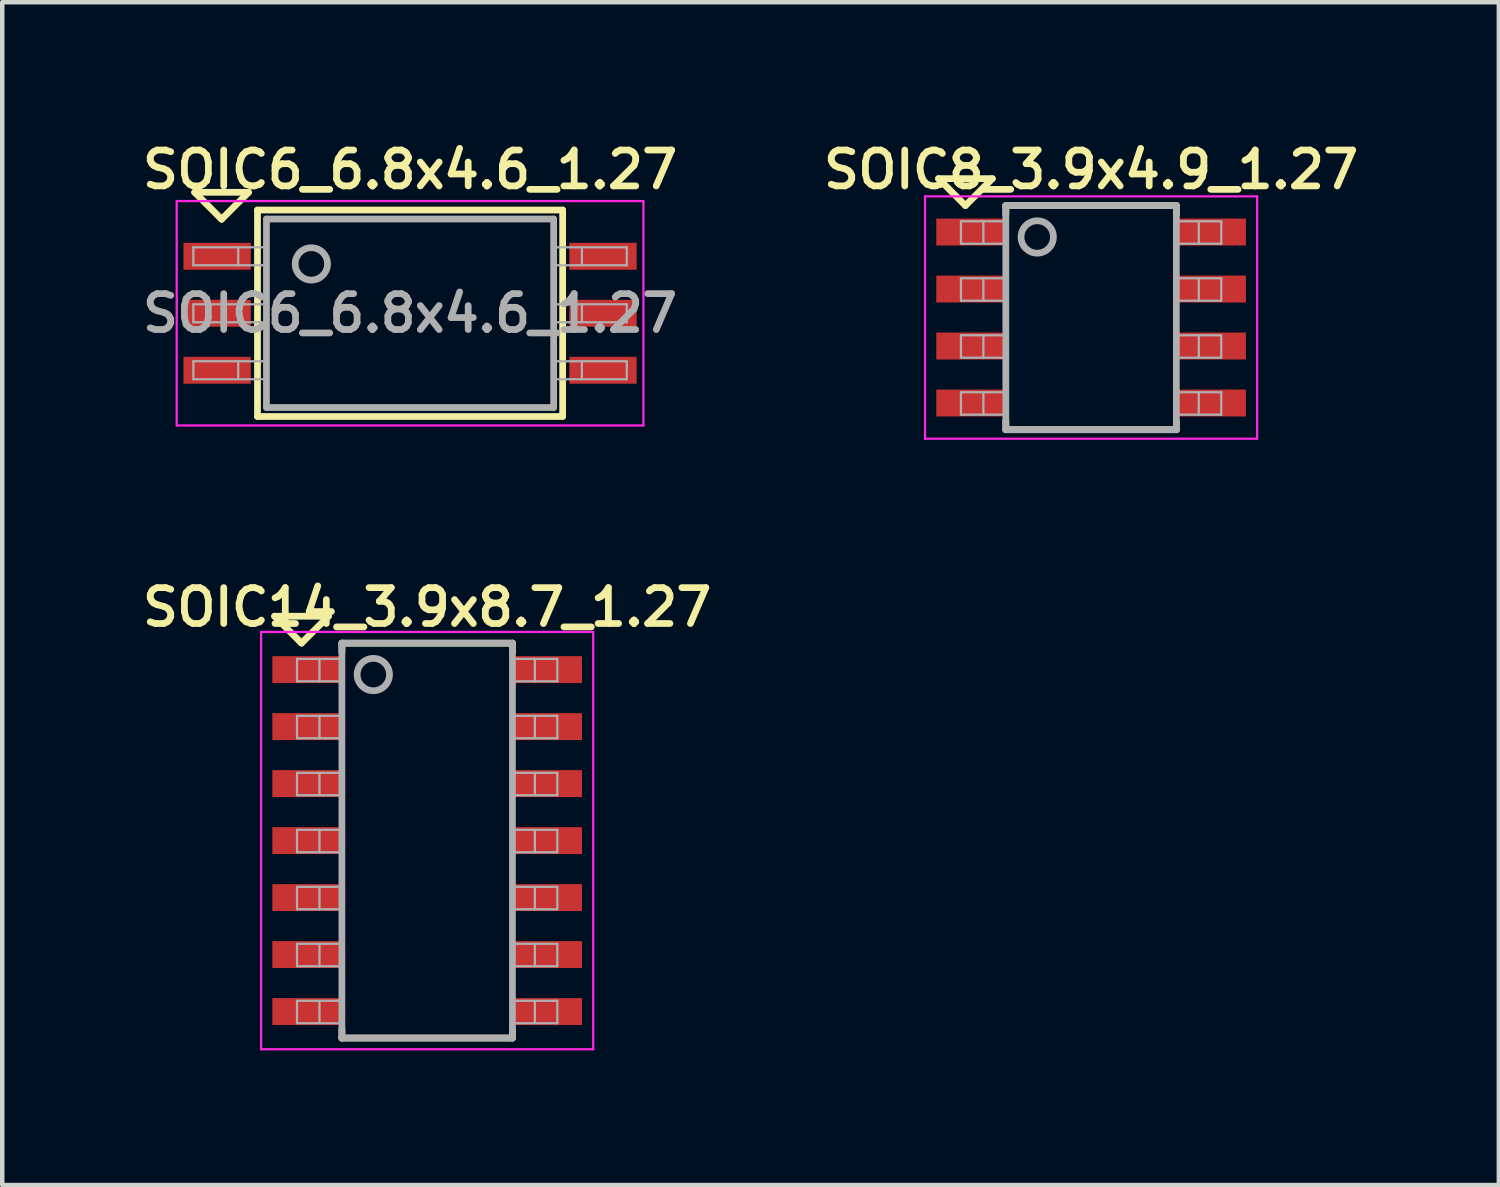
<source format=kicad_pcb>
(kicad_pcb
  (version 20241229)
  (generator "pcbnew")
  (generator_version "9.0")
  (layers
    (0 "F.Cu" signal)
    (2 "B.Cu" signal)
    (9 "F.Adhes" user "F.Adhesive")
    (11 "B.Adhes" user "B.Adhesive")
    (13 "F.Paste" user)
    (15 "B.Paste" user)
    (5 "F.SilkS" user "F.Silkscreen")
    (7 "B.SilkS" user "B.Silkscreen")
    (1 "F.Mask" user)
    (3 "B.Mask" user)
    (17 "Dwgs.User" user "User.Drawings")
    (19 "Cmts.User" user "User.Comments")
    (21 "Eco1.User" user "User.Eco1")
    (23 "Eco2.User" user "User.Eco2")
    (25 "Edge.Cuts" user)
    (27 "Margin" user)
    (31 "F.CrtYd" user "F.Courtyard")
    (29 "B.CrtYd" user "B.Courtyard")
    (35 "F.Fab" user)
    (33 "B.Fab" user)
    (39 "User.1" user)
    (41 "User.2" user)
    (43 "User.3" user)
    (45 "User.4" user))
  (footprint "SOIC6_6.8x4.6_1.27"
    (layer "F.Cu")
    (at 6.088 3.931)
    (property "Reference" "SOIC6_6.8x4.6_1.27" (at 0 -3.2 0) (layer "F.SilkS") (effects (font (size 0.8 0.8) (thickness 0.15))))
    (attr smd)
    (fp_line (start -4.8 -2.695) (end -3.6 -2.695) (stroke (width 0.15) (type solid)) (layer "F.SilkS"))
    (fp_line (start -4.2 -2.095) (end -4.8 -2.695) (stroke (width 0.15) (type solid)) (layer "F.SilkS"))
    (fp_line (start -4.2 -2.095) (end -3.6 -2.695) (stroke (width 0.15) (type solid)) (layer "F.SilkS"))
    (fp_line (start -3.4 -2.3) (end 3.4 -2.3) (stroke (width 0.15) (type solid)) (layer "F.SilkS"))
    (fp_line (start -3.4 2.3) (end -3.4 -2.3) (stroke (width 0.15) (type solid)) (layer "F.SilkS"))
    (fp_line (start -3.4 2.3) (end 3.4 2.3) (stroke (width 0.15) (type solid)) (layer "F.SilkS"))
    (fp_line (start 3.4 2.3) (end 3.4 -2.3) (stroke (width 0.15) (type solid)) (layer "F.SilkS"))
    (fp_line (start -5.2 -2.5) (end -5.2 2.5) (stroke (width 0.05) (type solid)) (layer "F.CrtYd"))
    (fp_line (start -5.2 -2.5) (end 5.2 -2.5) (stroke (width 0.05) (type solid)) (layer "F.CrtYd"))
    (fp_line (start -5.2 2.5) (end 5.2 2.5) (stroke (width 0.05) (type solid)) (layer "F.CrtYd"))
    (fp_line (start 5.2 -2.5) (end 5.2 2.5) (stroke (width 0.05) (type solid)) (layer "F.CrtYd"))
    (fp_line (start -4.829 -1.47) (end -4.829 -1.07) (stroke (width 0.05) (type solid)) (layer "F.Fab"))
    (fp_line (start -4.829 -1.07) (end -3.2 -1.07) (stroke (width 0.05) (type solid)) (layer "F.Fab"))
    (fp_line (start -4.829 -0.2) (end -4.829 0.2) (stroke (width 0.05) (type solid)) (layer "F.Fab"))
    (fp_line (start -4.829 0.2) (end -3.2 0.2) (stroke (width 0.05) (type solid)) (layer "F.Fab"))
    (fp_line (start -4.829 1.07) (end -4.829 1.47) (stroke (width 0.05) (type solid)) (layer "F.Fab"))
    (fp_line (start -4.829 1.47) (end -3.2 1.47) (stroke (width 0.05) (type solid)) (layer "F.Fab"))
    (fp_line (start -3.829 -1.07) (end -3.829 -1.47) (stroke (width 0.05) (type solid)) (layer "F.Fab"))
    (fp_line (start -3.829 0.2) (end -3.829 -0.2) (stroke (width 0.05) (type solid)) (layer "F.Fab"))
    (fp_line (start -3.829 1.47) (end -3.829 1.07) (stroke (width 0.05) (type solid)) (layer "F.Fab"))
    (fp_line (start -3.2 -2.1) (end 3.2 -2.1) (stroke (width 0.15) (type solid)) (layer "F.Fab"))
    (fp_line (start -3.2 -1.47) (end -4.829 -1.47) (stroke (width 0.05) (type solid)) (layer "F.Fab"))
    (fp_line (start -3.2 -0.2) (end -4.829 -0.2) (stroke (width 0.05) (type solid)) (layer "F.Fab"))
    (fp_line (start -3.2 1.07) (end -4.829 1.07) (stroke (width 0.05) (type solid)) (layer "F.Fab"))
    (fp_line (start -3.2 2.1) (end -3.2 -2.1) (stroke (width 0.15) (type solid)) (layer "F.Fab"))
    (fp_line (start 3.2 -2.1) (end 3.2 2.1) (stroke (width 0.15) (type solid)) (layer "F.Fab"))
    (fp_line (start 3.2 -1.47) (end 4.829 -1.47) (stroke (width 0.05) (type solid)) (layer "F.Fab"))
    (fp_line (start 3.2 -0.2) (end 4.829 -0.2) (stroke (width 0.05) (type solid)) (layer "F.Fab"))
    (fp_line (start 3.2 1.07) (end 4.829 1.07) (stroke (width 0.05) (type solid)) (layer "F.Fab"))
    (fp_line (start 3.2 2.1) (end -3.2 2.1) (stroke (width 0.15) (type solid)) (layer "F.Fab"))
    (fp_line (start 3.829 -1.07) (end 3.829 -1.47) (stroke (width 0.05) (type solid)) (layer "F.Fab"))
    (fp_line (start 3.829 0.2) (end 3.829 -0.2) (stroke (width 0.05) (type solid)) (layer "F.Fab"))
    (fp_line (start 3.829 1.47) (end 3.829 1.07) (stroke (width 0.05) (type solid)) (layer "F.Fab"))
    (fp_line (start 4.829 -1.47) (end 4.829 -1.07) (stroke (width 0.05) (type solid)) (layer "F.Fab"))
    (fp_line (start 4.829 -1.07) (end 3.2 -1.07) (stroke (width 0.05) (type solid)) (layer "F.Fab"))
    (fp_line (start 4.829 -0.2) (end 4.829 0.2) (stroke (width 0.05) (type solid)) (layer "F.Fab"))
    (fp_line (start 4.829 0.2) (end 3.2 0.2) (stroke (width 0.05) (type solid)) (layer "F.Fab"))
    (fp_line (start 4.829 1.07) (end 4.829 1.47) (stroke (width 0.05) (type solid)) (layer "F.Fab"))
    (fp_line (start 4.829 1.47) (end 3.2 1.47) (stroke (width 0.05) (type solid)) (layer "F.Fab"))
    (fp_circle (center -2.2 -1.1) (end -1.9 -0.9) (stroke (width 0.15) (type solid)) (fill no) (layer "F.Fab"))
    (fp_text user "${REFERENCE}" (at 0 0 0) (layer "F.Fab") (effects (font (size 0.8 0.8) (thickness 0.15))))
    (pad "1" smd rect (at -4.3 -1.27) (size 1.5 0.6) (layers "F.Cu" "F.Mask" "F.Paste"))
    (pad "2" smd rect (at -4.3 0) (size 1.5 0.6) (layers "F.Cu" "F.Mask" "F.Paste"))
    (pad "3" smd rect (at -4.3 1.27) (size 1.5 0.6) (layers "F.Cu" "F.Mask" "F.Paste"))
    (pad "4" smd rect (at 4.3 1.27) (size 1.5 0.6) (layers "F.Cu" "F.Mask" "F.Paste"))
    (pad "5" smd rect (at 4.3 0) (size 1.5 0.6) (layers "F.Cu" "F.Mask" "F.Paste"))
    (pad "6" smd rect (at 4.3 -1.27) (size 1.5 0.6) (layers "F.Cu" "F.Mask" "F.Paste")))
  (footprint "SOIC8_3.9x4.9_1.27"
    (layer "F.Cu")
    (at 21.264 4.026)
    (property "Reference" "SOIC8_3.9x4.9_1.27" (at 0 -3.295 0) (layer "F.SilkS") (effects (font (size 0.8 0.8) (thickness 0.15))))
    (attr smd)
    (fp_line (start -3.4 -3.095) (end -2.2 -3.095) (stroke (width 0.15) (type solid)) (layer "F.SilkS"))
    (fp_line (start -2.8 -2.495) (end -3.4 -3.095) (stroke (width 0.15) (type solid)) (layer "F.SilkS"))
    (fp_line (start -2.8 -2.495) (end -2.2 -3.095) (stroke (width 0.15) (type solid)) (layer "F.SilkS"))
    (fp_line (start -1.9 -2.495) (end 1.9 -2.495) (stroke (width 0.15) (type solid)) (layer "F.SilkS"))
    (fp_line (start -1.9 -2.295) (end -1.9 -2.495) (stroke (width 0.15) (type solid)) (layer "F.SilkS"))
    (fp_line (start -1.9 2.3) (end -1.9 2.5) (stroke (width 0.15) (type solid)) (layer "F.SilkS"))
    (fp_line (start -1.9 2.5) (end 1.9 2.5) (stroke (width 0.15) (type solid)) (layer "F.SilkS"))
    (fp_line (start 1.9 -2.495) (end 1.9 -2.295) (stroke (width 0.15) (type solid)) (layer "F.SilkS"))
    (fp_line (start 1.9 2.3) (end 1.9 2.5) (stroke (width 0.15) (type solid)) (layer "F.SilkS"))
    (fp_line (start -3.7 -2.7) (end -3.7 2.7) (stroke (width 0.05) (type solid)) (layer "F.CrtYd"))
    (fp_line (start -3.7 -2.7) (end 3.7 -2.7) (stroke (width 0.05) (type solid)) (layer "F.CrtYd"))
    (fp_line (start -3.7 2.7) (end 3.7 2.7) (stroke (width 0.05) (type solid)) (layer "F.CrtYd"))
    (fp_line (start 3.7 -2.7) (end 3.7 2.7) (stroke (width 0.05) (type solid)) (layer "F.CrtYd"))
    (fp_line (start -2.9 -2.145) (end -2.9 -1.645) (stroke (width 0.05) (type solid)) (layer "F.Fab"))
    (fp_line (start -2.9 -1.645) (end -1.9 -1.645) (stroke (width 0.05) (type solid)) (layer "F.Fab"))
    (fp_line (start -2.9 -0.875) (end -2.9 -0.375) (stroke (width 0.05) (type solid)) (layer "F.Fab"))
    (fp_line (start -2.9 -0.375) (end -1.9 -0.375) (stroke (width 0.05) (type solid)) (layer "F.Fab"))
    (fp_line (start -2.9 0.395) (end -2.9 0.895) (stroke (width 0.05) (type solid)) (layer "F.Fab"))
    (fp_line (start -2.9 0.895) (end -1.9 0.895) (stroke (width 0.05) (type solid)) (layer "F.Fab"))
    (fp_line (start -2.9 1.665) (end -2.9 2.165) (stroke (width 0.05) (type solid)) (layer "F.Fab"))
    (fp_line (start -2.9 2.165) (end -1.9 2.165) (stroke (width 0.05) (type solid)) (layer "F.Fab"))
    (fp_line (start -2.4 -2.145) (end -2.4 -1.645) (stroke (width 0.05) (type solid)) (layer "F.Fab"))
    (fp_line (start -2.4 -0.875) (end -2.4 -0.375) (stroke (width 0.05) (type solid)) (layer "F.Fab"))
    (fp_line (start -2.4 0.395) (end -2.4 0.895) (stroke (width 0.05) (type solid)) (layer "F.Fab"))
    (fp_line (start -2.4 1.665) (end -2.4 2.165) (stroke (width 0.05) (type solid)) (layer "F.Fab"))
    (fp_line (start -1.9 -2.495) (end 1.9 -2.495) (stroke (width 0.15) (type solid)) (layer "F.Fab"))
    (fp_line (start -1.9 -2.145) (end -2.9 -2.145) (stroke (width 0.05) (type solid)) (layer "F.Fab"))
    (fp_line (start -1.9 -0.875) (end -2.9 -0.875) (stroke (width 0.05) (type solid)) (layer "F.Fab"))
    (fp_line (start -1.9 0.395) (end -2.9 0.395) (stroke (width 0.05) (type solid)) (layer "F.Fab"))
    (fp_line (start -1.9 1.665) (end -2.9 1.665) (stroke (width 0.05) (type solid)) (layer "F.Fab"))
    (fp_line (start -1.9 2.5) (end -1.9 -2.5) (stroke (width 0.15) (type solid)) (layer "F.Fab"))
    (fp_line (start 1.9 -2.5) (end 1.9 2.5) (stroke (width 0.15) (type solid)) (layer "F.Fab"))
    (fp_line (start 1.9 -1.645) (end 2.9 -1.645) (stroke (width 0.05) (type solid)) (layer "F.Fab"))
    (fp_line (start 1.9 -0.375) (end 2.9 -0.375) (stroke (width 0.05) (type solid)) (layer "F.Fab"))
    (fp_line (start 1.9 0.895) (end 2.9 0.895) (stroke (width 0.05) (type solid)) (layer "F.Fab"))
    (fp_line (start 1.9 2.165) (end 2.9 2.165) (stroke (width 0.05) (type solid)) (layer "F.Fab"))
    (fp_line (start 1.9 2.5) (end -1.9 2.5) (stroke (width 0.15) (type solid)) (layer "F.Fab"))
    (fp_line (start 2.4 -2.145) (end 2.4 -1.645) (stroke (width 0.05) (type solid)) (layer "F.Fab"))
    (fp_line (start 2.4 -0.875) (end 2.4 -0.375) (stroke (width 0.05) (type solid)) (layer "F.Fab"))
    (fp_line (start 2.4 0.395) (end 2.4 0.895) (stroke (width 0.05) (type solid)) (layer "F.Fab"))
    (fp_line (start 2.4 1.665) (end 2.4 2.165) (stroke (width 0.05) (type solid)) (layer "F.Fab"))
    (fp_line (start 2.9 -2.145) (end 1.9 -2.145) (stroke (width 0.05) (type solid)) (layer "F.Fab"))
    (fp_line (start 2.9 -2.145) (end 2.9 -1.645) (stroke (width 0.05) (type solid)) (layer "F.Fab"))
    (fp_line (start 2.9 -0.875) (end 1.9 -0.875) (stroke (width 0.05) (type solid)) (layer "F.Fab"))
    (fp_line (start 2.9 -0.875) (end 2.9 -0.375) (stroke (width 0.05) (type solid)) (layer "F.Fab"))
    (fp_line (start 2.9 0.395) (end 1.9 0.395) (stroke (width 0.05) (type solid)) (layer "F.Fab"))
    (fp_line (start 2.9 0.395) (end 2.9 0.895) (stroke (width 0.05) (type solid)) (layer "F.Fab"))
    (fp_line (start 2.9 1.665) (end 1.9 1.665) (stroke (width 0.05) (type solid)) (layer "F.Fab"))
    (fp_line (start 2.9 1.665) (end 2.9 2.165) (stroke (width 0.05) (type solid)) (layer "F.Fab"))
    (fp_circle (center -1.2 -1.795) (end -0.9 -1.595) (stroke (width 0.15) (type solid)) (fill no) (layer "F.Fab"))
    (pad "1" smd rect (at -2.7 -1.905) (size 1.5 0.6) (layers "F.Cu" "F.Mask" "F.Paste"))
    (pad "2" smd rect (at -2.7 -0.635) (size 1.5 0.6) (layers "F.Cu" "F.Mask" "F.Paste"))
    (pad "3" smd rect (at -2.7 0.635) (size 1.5 0.6) (layers "F.Cu" "F.Mask" "F.Paste"))
    (pad "4" smd rect (at -2.7 1.905) (size 1.5 0.6) (layers "F.Cu" "F.Mask" "F.Paste"))
    (pad "5" smd rect (at 2.7 1.905) (size 1.5 0.6) (layers "F.Cu" "F.Mask" "F.Paste"))
    (pad "6" smd rect (at 2.7 0.635) (size 1.5 0.6) (layers "F.Cu" "F.Mask" "F.Paste"))
    (pad "7" smd rect (at 2.7 -0.635) (size 1.5 0.6) (layers "F.Cu" "F.Mask" "F.Paste"))
    (pad "8" smd rect (at 2.7 -1.905) (size 1.5 0.6) (layers "F.Cu" "F.Mask" "F.Paste")))
  (footprint "SOIC14_3.9x8.7_1.27"
    (layer "F.Cu")
    (at 6.469 15.682)
    (property "Reference" "SOIC14_3.9x8.7_1.27" (at 0 -5.2 0) (layer "F.SilkS") (effects (font (size 0.8 0.8) (thickness 0.15))))
    (attr smd)
    (fp_line (start -3.4 -5) (end -2.2 -5) (stroke (width 0.15) (type solid)) (layer "F.SilkS"))
    (fp_line (start -2.8 -4.4) (end -3.4 -5) (stroke (width 0.15) (type solid)) (layer "F.SilkS"))
    (fp_line (start -2.8 -4.4) (end -2.2 -5) (stroke (width 0.15) (type solid)) (layer "F.SilkS"))
    (fp_line (start -1.9 -4.4) (end 1.9 -4.4) (stroke (width 0.15) (type solid)) (layer "F.SilkS"))
    (fp_line (start -1.9 -4.2) (end -1.9 -4.4) (stroke (width 0.15) (type solid)) (layer "F.SilkS"))
    (fp_line (start -1.9 4.2) (end -1.9 4.4) (stroke (width 0.15) (type solid)) (layer "F.SilkS"))
    (fp_line (start -1.9 4.4) (end 1.9 4.4) (stroke (width 0.15) (type solid)) (layer "F.SilkS"))
    (fp_line (start 1.9 -4.4) (end 1.9 -4.2) (stroke (width 0.15) (type solid)) (layer "F.SilkS"))
    (fp_line (start 1.9 4.4) (end 1.9 4.2) (stroke (width 0.15) (type solid)) (layer "F.SilkS"))
    (fp_line (start -3.7 -4.65) (end -3.7 4.65) (stroke (width 0.05) (type solid)) (layer "F.CrtYd"))
    (fp_line (start -3.7 -4.65) (end 3.7 -4.65) (stroke (width 0.05) (type solid)) (layer "F.CrtYd"))
    (fp_line (start -3.7 4.65) (end 3.7 4.65) (stroke (width 0.05) (type solid)) (layer "F.CrtYd"))
    (fp_line (start 3.7 -4.65) (end 3.7 4.65) (stroke (width 0.05) (type solid)) (layer "F.CrtYd"))
    (fp_line (start -2.9 -4.05) (end -2.9 -3.55) (stroke (width 0.05) (type solid)) (layer "F.Fab"))
    (fp_line (start -2.9 -3.55) (end -1.9 -3.55) (stroke (width 0.05) (type solid)) (layer "F.Fab"))
    (fp_line (start -2.9 -2.78) (end -2.9 -2.28) (stroke (width 0.05) (type solid)) (layer "F.Fab"))
    (fp_line (start -2.9 -2.28) (end -1.9 -2.28) (stroke (width 0.05) (type solid)) (layer "F.Fab"))
    (fp_line (start -2.9 -1.51) (end -2.9 -1.01) (stroke (width 0.05) (type solid)) (layer "F.Fab"))
    (fp_line (start -2.9 -1.01) (end -1.9 -1.01) (stroke (width 0.05) (type solid)) (layer "F.Fab"))
    (fp_line (start -2.9 -0.24) (end -2.9 0.26) (stroke (width 0.05) (type solid)) (layer "F.Fab"))
    (fp_line (start -2.9 0.26) (end -1.9 0.26) (stroke (width 0.05) (type solid)) (layer "F.Fab"))
    (fp_line (start -2.9 1.03) (end -2.9 1.53) (stroke (width 0.05) (type solid)) (layer "F.Fab"))
    (fp_line (start -2.9 1.53) (end -1.9 1.53) (stroke (width 0.05) (type solid)) (layer "F.Fab"))
    (fp_line (start -2.9 2.3) (end -2.9 2.8) (stroke (width 0.05) (type solid)) (layer "F.Fab"))
    (fp_line (start -2.9 2.8) (end -1.9 2.8) (stroke (width 0.05) (type solid)) (layer "F.Fab"))
    (fp_line (start -2.9 3.57) (end -2.9 4.07) (stroke (width 0.05) (type solid)) (layer "F.Fab"))
    (fp_line (start -2.9 4.07) (end -1.9 4.07) (stroke (width 0.05) (type solid)) (layer "F.Fab"))
    (fp_line (start -2.4 -4.05) (end -2.4 -3.55) (stroke (width 0.05) (type solid)) (layer "F.Fab"))
    (fp_line (start -2.4 -2.78) (end -2.4 -2.28) (stroke (width 0.05) (type solid)) (layer "F.Fab"))
    (fp_line (start -2.4 -1.51) (end -2.4 -1.01) (stroke (width 0.05) (type solid)) (layer "F.Fab"))
    (fp_line (start -2.4 -0.24) (end -2.4 0.26) (stroke (width 0.05) (type solid)) (layer "F.Fab"))
    (fp_line (start -2.4 1.03) (end -2.4 1.53) (stroke (width 0.05) (type solid)) (layer "F.Fab"))
    (fp_line (start -2.4 2.3) (end -2.4 2.8) (stroke (width 0.05) (type solid)) (layer "F.Fab"))
    (fp_line (start -2.4 3.57) (end -2.4 4.07) (stroke (width 0.05) (type solid)) (layer "F.Fab"))
    (fp_line (start -1.9 -4.4) (end 1.9 -4.4) (stroke (width 0.15) (type solid)) (layer "F.Fab"))
    (fp_line (start -1.9 -4.05) (end -2.9 -4.05) (stroke (width 0.05) (type solid)) (layer "F.Fab"))
    (fp_line (start -1.9 -2.78) (end -2.9 -2.78) (stroke (width 0.05) (type solid)) (layer "F.Fab"))
    (fp_line (start -1.9 -1.51) (end -2.9 -1.51) (stroke (width 0.05) (type solid)) (layer "F.Fab"))
    (fp_line (start -1.9 -0.24) (end -2.9 -0.24) (stroke (width 0.05) (type solid)) (layer "F.Fab"))
    (fp_line (start -1.9 1.03) (end -2.9 1.03) (stroke (width 0.05) (type solid)) (layer "F.Fab"))
    (fp_line (start -1.9 2.3) (end -2.9 2.3) (stroke (width 0.05) (type solid)) (layer "F.Fab"))
    (fp_line (start -1.9 3.57) (end -2.9 3.57) (stroke (width 0.05) (type solid)) (layer "F.Fab"))
    (fp_line (start -1.9 4.4) (end -1.9 -4.4) (stroke (width 0.15) (type solid)) (layer "F.Fab"))
    (fp_line (start 1.9 -4.4) (end 1.9 4.4) (stroke (width 0.15) (type solid)) (layer "F.Fab"))
    (fp_line (start 1.9 -3.55) (end 2.9 -3.55) (stroke (width 0.05) (type solid)) (layer "F.Fab"))
    (fp_line (start 1.9 -2.28) (end 2.9 -2.28) (stroke (width 0.05) (type solid)) (layer "F.Fab"))
    (fp_line (start 1.9 -1.01) (end 2.9 -1.01) (stroke (width 0.05) (type solid)) (layer "F.Fab"))
    (fp_line (start 1.9 0.26) (end 2.9 0.26) (stroke (width 0.05) (type solid)) (layer "F.Fab"))
    (fp_line (start 1.9 1.53) (end 2.9 1.53) (stroke (width 0.05) (type solid)) (layer "F.Fab"))
    (fp_line (start 1.9 2.8) (end 2.9 2.8) (stroke (width 0.05) (type solid)) (layer "F.Fab"))
    (fp_line (start 1.9 4.07) (end 2.9 4.07) (stroke (width 0.05) (type solid)) (layer "F.Fab"))
    (fp_line (start 1.9 4.4) (end -1.9 4.4) (stroke (width 0.15) (type solid)) (layer "F.Fab"))
    (fp_line (start 2.4 -4.05) (end 2.4 -3.55) (stroke (width 0.05) (type solid)) (layer "F.Fab"))
    (fp_line (start 2.4 -2.78) (end 2.4 -2.28) (stroke (width 0.05) (type solid)) (layer "F.Fab"))
    (fp_line (start 2.4 -1.51) (end 2.4 -1.01) (stroke (width 0.05) (type solid)) (layer "F.Fab"))
    (fp_line (start 2.4 -0.24) (end 2.4 0.26) (stroke (width 0.05) (type solid)) (layer "F.Fab"))
    (fp_line (start 2.4 1.03) (end 2.4 1.53) (stroke (width 0.05) (type solid)) (layer "F.Fab"))
    (fp_line (start 2.4 2.3) (end 2.4 2.8) (stroke (width 0.05) (type solid)) (layer "F.Fab"))
    (fp_line (start 2.4 3.57) (end 2.4 4.07) (stroke (width 0.05) (type solid)) (layer "F.Fab"))
    (fp_line (start 2.9 -4.05) (end 1.9 -4.05) (stroke (width 0.05) (type solid)) (layer "F.Fab"))
    (fp_line (start 2.9 -4.05) (end 2.9 -3.55) (stroke (width 0.05) (type solid)) (layer "F.Fab"))
    (fp_line (start 2.9 -2.78) (end 1.9 -2.78) (stroke (width 0.05) (type solid)) (layer "F.Fab"))
    (fp_line (start 2.9 -2.78) (end 2.9 -2.28) (stroke (width 0.05) (type solid)) (layer "F.Fab"))
    (fp_line (start 2.9 -1.51) (end 1.9 -1.51) (stroke (width 0.05) (type solid)) (layer "F.Fab"))
    (fp_line (start 2.9 -1.51) (end 2.9 -1.01) (stroke (width 0.05) (type solid)) (layer "F.Fab"))
    (fp_line (start 2.9 -0.24) (end 1.9 -0.24) (stroke (width 0.05) (type solid)) (layer "F.Fab"))
    (fp_line (start 2.9 -0.24) (end 2.9 0.26) (stroke (width 0.05) (type solid)) (layer "F.Fab"))
    (fp_line (start 2.9 1.03) (end 1.9 1.03) (stroke (width 0.05) (type solid)) (layer "F.Fab"))
    (fp_line (start 2.9 1.03) (end 2.9 1.53) (stroke (width 0.05) (type solid)) (layer "F.Fab"))
    (fp_line (start 2.9 2.3) (end 1.9 2.3) (stroke (width 0.05) (type solid)) (layer "F.Fab"))
    (fp_line (start 2.9 2.3) (end 2.9 2.8) (stroke (width 0.05) (type solid)) (layer "F.Fab"))
    (fp_line (start 2.9 3.57) (end 1.9 3.57) (stroke (width 0.05) (type solid)) (layer "F.Fab"))
    (fp_line (start 2.9 3.57) (end 2.9 4.07) (stroke (width 0.05) (type solid)) (layer "F.Fab"))
    (fp_circle (center -1.2 -3.7) (end -0.9 -3.5) (stroke (width 0.15) (type solid)) (fill no) (layer "F.Fab"))
    (pad "1" smd rect (at -2.7 -3.81) (size 1.5 0.6) (layers "F.Cu" "F.Mask" "F.Paste"))
    (pad "2" smd rect (at -2.7 -2.54) (size 1.5 0.6) (layers "F.Cu" "F.Mask" "F.Paste"))
    (pad "3" smd rect (at -2.7 -1.27) (size 1.5 0.6) (layers "F.Cu" "F.Mask" "F.Paste"))
    (pad "4" smd rect (at -2.7 0) (size 1.5 0.6) (layers "F.Cu" "F.Mask" "F.Paste"))
    (pad "5" smd rect (at -2.7 1.27) (size 1.5 0.6) (layers "F.Cu" "F.Mask" "F.Paste"))
    (pad "6" smd rect (at -2.7 2.54) (size 1.5 0.6) (layers "F.Cu" "F.Mask" "F.Paste"))
    (pad "7" smd rect (at -2.7 3.81) (size 1.5 0.6) (layers "F.Cu" "F.Mask" "F.Paste"))
    (pad "8" smd rect (at 2.7 3.81) (size 1.5 0.6) (layers "F.Cu" "F.Mask" "F.Paste"))
    (pad "9" smd rect (at 2.7 2.54) (size 1.5 0.6) (layers "F.Cu" "F.Mask" "F.Paste"))
    (pad "10" smd rect (at 2.7 1.27) (size 1.5 0.6) (layers "F.Cu" "F.Mask" "F.Paste"))
    (pad "11" smd rect (at 2.7 0) (size 1.5 0.6) (layers "F.Cu" "F.Mask" "F.Paste"))
    (pad "12" smd rect (at 2.7 -1.27) (size 1.5 0.6) (layers "F.Cu" "F.Mask" "F.Paste"))
    (pad "13" smd rect (at 2.7 -2.54) (size 1.5 0.6) (layers "F.Cu" "F.Mask" "F.Paste"))
    (pad "14" smd rect (at 2.7 -3.81) (size 1.5 0.6) (layers "F.Cu" "F.Mask" "F.Paste")))
  (gr_rect
    (start -3 -3)
    (end 30.351 23.358)
    (stroke (width 0.1) (type default))
    (fill no)
    (layer "Edge.Cuts")))
</source>
